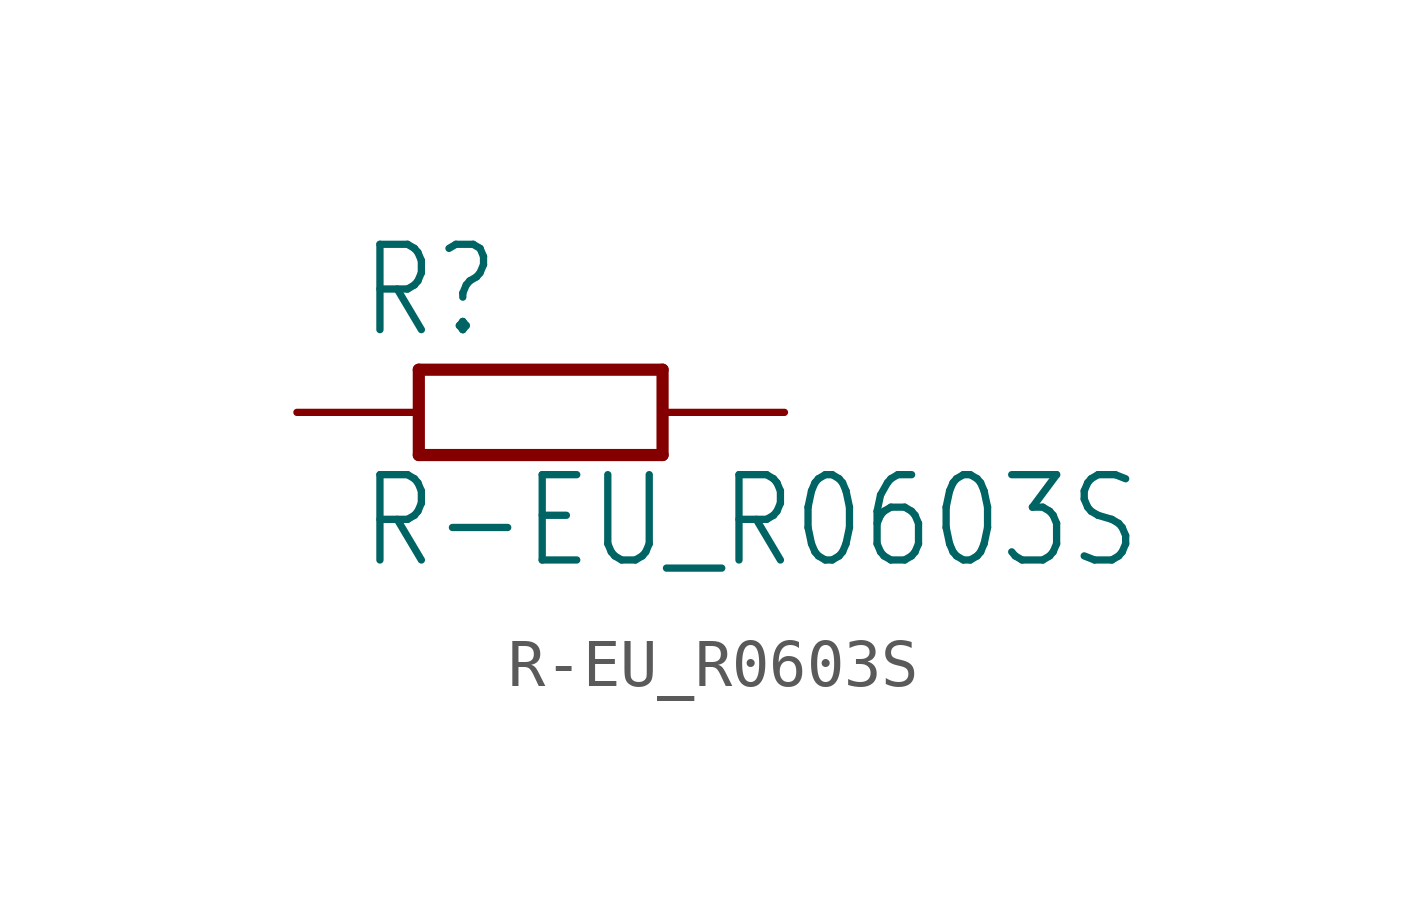
<source format=kicad_sym>
(kicad_symbol_lib
  (version 20211014)
  (generator kicad_symbol_editor)
  (symbol "R-EU_R0603S"
    (property "Reference" "R"
      (at -3.81 1.499 0)
      (effects (font (size 1.778 1.511)) (justify left bottom)))
    (property "Value" "R-EU_R0603S"
      (at -3.81 -3.302 0)
      (effects (font (size 1.778 1.511)) (justify left bottom)))
    (property "ki_locked" ""
      (at 0 0 0)
      (effects (font (size 1.27 1.27))))
    (symbol "R-EU_R0603S_1_0"
      (polyline (pts (xy -2.54 -0.889) (xy -2.54 0.889)) (stroke (width 0.254) (type default) (color 0 0 0 0)) (fill (type none)))
      (polyline (pts (xy -2.54 -0.889) (xy 2.54 -0.889)) (stroke (width 0.254) (type default) (color 0 0 0 0)) (fill (type none)))
      (polyline (pts (xy 2.54 -0.889) (xy 2.54 0.889)) (stroke (width 0.254) (type default) (color 0 0 0 0)) (fill (type none)))
      (polyline (pts (xy 2.54 0.889) (xy -2.54 0.889)) (stroke (width 0.254) (type default) (color 0 0 0 0)) (fill (type none)))
      (pin passive line (at -5.08 0 0) (length 2.54) (name "1" (effects (font (size 0 0)))) (number "1" (effects (font (size 0 0)))))
      (pin passive line (at 5.08 0 180) (length 2.54) (name "2" (effects (font (size 0 0)))) (number "2" (effects (font (size 0 0))))))))
</source>
